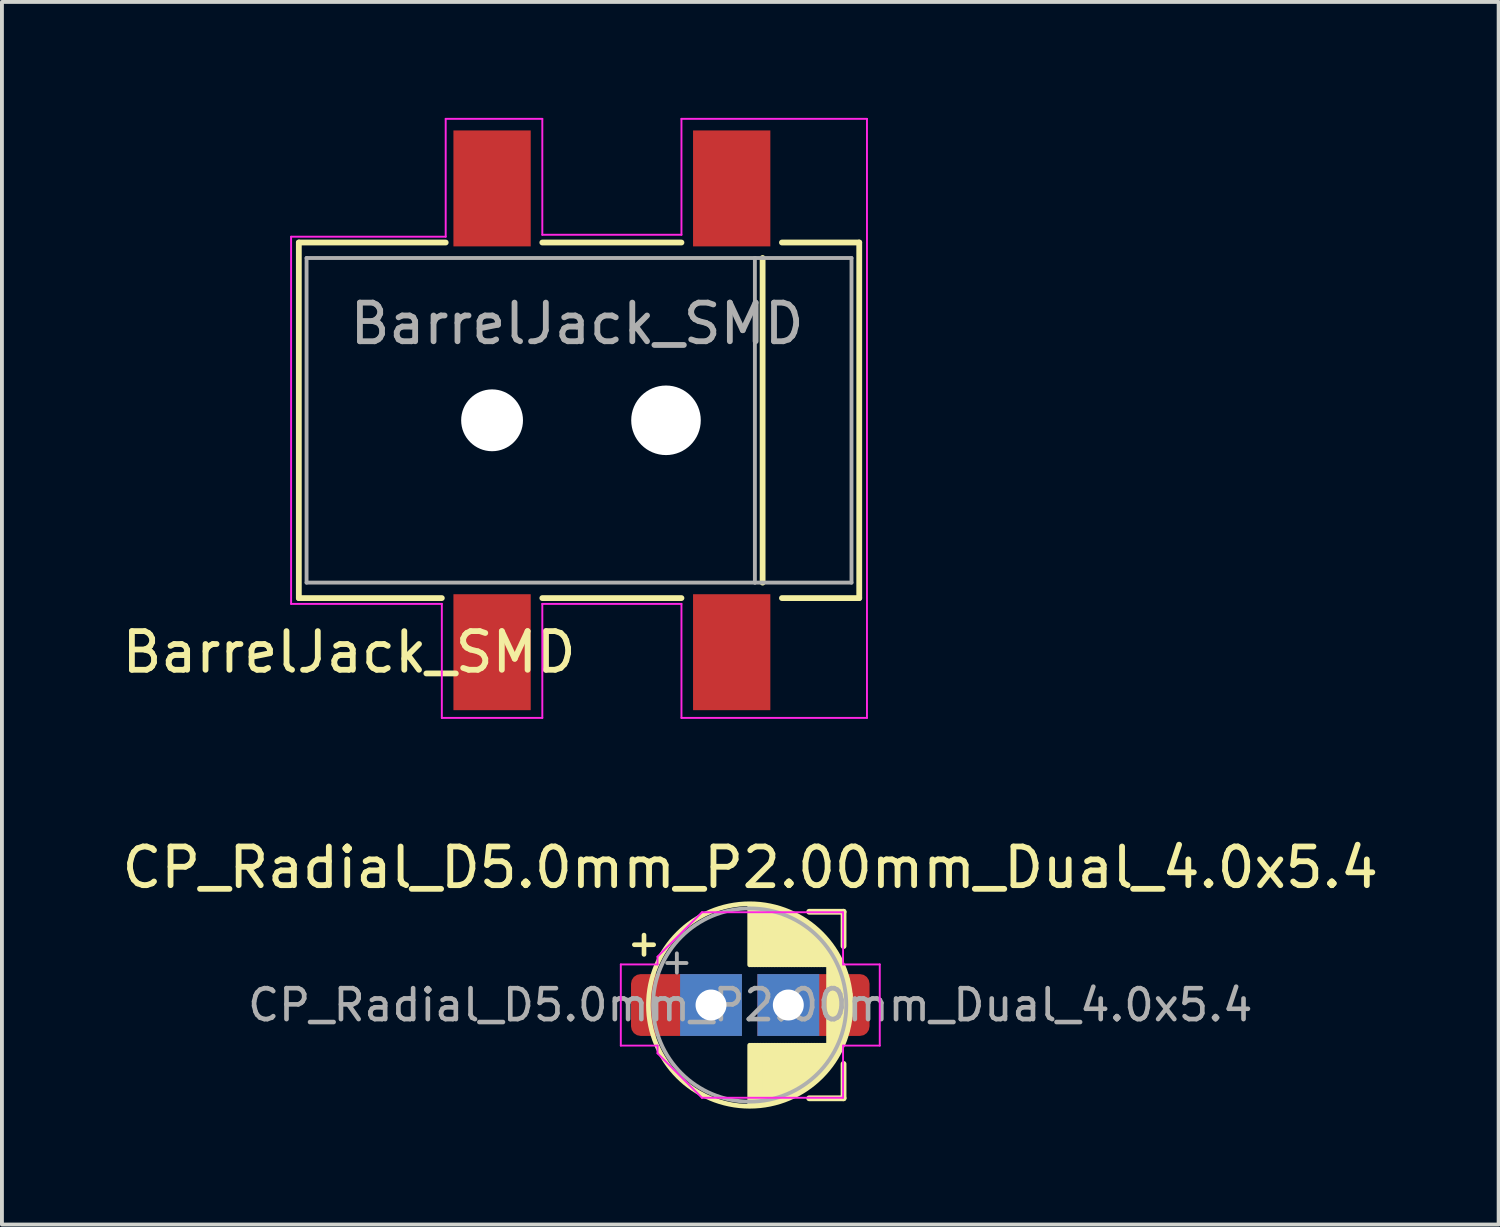
<source format=kicad_pcb>
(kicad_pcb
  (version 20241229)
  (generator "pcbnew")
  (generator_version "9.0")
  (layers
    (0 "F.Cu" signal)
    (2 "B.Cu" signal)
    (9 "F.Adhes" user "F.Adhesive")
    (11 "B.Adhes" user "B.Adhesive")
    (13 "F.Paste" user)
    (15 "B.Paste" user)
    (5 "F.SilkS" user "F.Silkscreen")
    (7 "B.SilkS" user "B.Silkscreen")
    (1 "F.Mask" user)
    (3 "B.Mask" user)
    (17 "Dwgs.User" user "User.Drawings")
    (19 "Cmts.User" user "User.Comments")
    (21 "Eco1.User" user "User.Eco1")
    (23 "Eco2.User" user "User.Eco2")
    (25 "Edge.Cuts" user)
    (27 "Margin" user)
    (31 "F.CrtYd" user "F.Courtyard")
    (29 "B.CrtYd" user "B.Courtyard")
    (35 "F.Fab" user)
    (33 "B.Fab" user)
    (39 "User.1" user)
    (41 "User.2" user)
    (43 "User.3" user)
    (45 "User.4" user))
  (footprint "BarrelJack_SMD"
    (layer "F.Cu")
    (at 4.682 7.825)
    (property "Reference" "BarrelJack_SMD" (at 1.3 6 0) (layer "F.SilkS") (effects (font (size 1 1) (thickness 0.15))))
    (attr through_hole)
    (fp_line (start 0 -4.6) (end 0 4.6) (stroke (width 0.15) (type solid)) (layer "F.SilkS"))
    (fp_line (start 0 4.6) (end 3.7 4.6) (stroke (width 0.15) (type solid)) (layer "F.SilkS"))
    (fp_line (start 3.8 -4.6) (end 0 -4.6) (stroke (width 0.15) (type solid)) (layer "F.SilkS"))
    (fp_line (start 6.3 4.6) (end 9.9 4.6) (stroke (width 0.15) (type solid)) (layer "F.SilkS"))
    (fp_line (start 9.9 -4.6) (end 6.3 -4.6) (stroke (width 0.15) (type solid)) (layer "F.SilkS"))
    (fp_line (start 12 4.2) (end 12 -4.2) (stroke (width 0.15) (type solid)) (layer "F.SilkS"))
    (fp_line (start 12.5 -4.6) (end 14.5 -4.6) (stroke (width 0.15) (type solid)) (layer "F.SilkS"))
    (fp_line (start 14.5 -4.6) (end 14.5 4.6) (stroke (width 0.15) (type solid)) (layer "F.SilkS"))
    (fp_line (start 14.5 4.6) (end 12.5 4.6) (stroke (width 0.15) (type solid)) (layer "F.SilkS"))
    (fp_line (start -0.2 -4.75) (end -0.2 4.75) (stroke (width 0.05) (type solid)) (layer "F.CrtYd"))
    (fp_line (start 3.7 4.75) (end -0.2 4.75) (stroke (width 0.05) (type solid)) (layer "F.CrtYd"))
    (fp_line (start 3.7 4.75) (end 3.7 7.7) (stroke (width 0.05) (type solid)) (layer "F.CrtYd"))
    (fp_line (start 3.7 7.7) (end 6.3 7.7) (stroke (width 0.05) (type solid)) (layer "F.CrtYd"))
    (fp_line (start 3.8 -7.8) (end 3.8 -4.75) (stroke (width 0.05) (type solid)) (layer "F.CrtYd"))
    (fp_line (start 3.8 -4.75) (end -0.2 -4.75) (stroke (width 0.05) (type solid)) (layer "F.CrtYd"))
    (fp_line (start 6.3 -7.8) (end 3.8 -7.8) (stroke (width 0.05) (type solid)) (layer "F.CrtYd"))
    (fp_line (start 6.3 -4.8) (end 6.3 -7.8) (stroke (width 0.05) (type solid)) (layer "F.CrtYd"))
    (fp_line (start 6.3 4.75) (end 9.9 4.75) (stroke (width 0.05) (type solid)) (layer "F.CrtYd"))
    (fp_line (start 6.3 7.7) (end 6.3 4.75) (stroke (width 0.05) (type solid)) (layer "F.CrtYd"))
    (fp_line (start 9.9 -7.8) (end 9.9 -4.8) (stroke (width 0.05) (type solid)) (layer "F.CrtYd"))
    (fp_line (start 9.9 -4.8) (end 6.3 -4.8) (stroke (width 0.05) (type solid)) (layer "F.CrtYd"))
    (fp_line (start 9.9 4.75) (end 9.9 7.7) (stroke (width 0.05) (type solid)) (layer "F.CrtYd"))
    (fp_line (start 9.9 7.7) (end 14.7 7.7) (stroke (width 0.05) (type solid)) (layer "F.CrtYd"))
    (fp_line (start 14.7 -7.8) (end 9.9 -7.8) (stroke (width 0.05) (type solid)) (layer "F.CrtYd"))
    (fp_line (start 14.7 7.7) (end 14.7 -7.8) (stroke (width 0.05) (type solid)) (layer "F.CrtYd"))
    (fp_line (start 0.2 -4.2) (end 11.8 -4.2) (stroke (width 0.1) (type solid)) (layer "F.Fab"))
    (fp_line (start 0.2 4.2) (end 0.2 -4.2) (stroke (width 0.1) (type solid)) (layer "F.Fab"))
    (fp_line (start 0.2 4.2) (end 11.8 4.2) (stroke (width 0.1) (type solid)) (layer "F.Fab"))
    (fp_line (start 11.8 -4.2) (end 14.3 -4.2) (stroke (width 0.1) (type solid)) (layer "F.Fab"))
    (fp_line (start 11.8 4.2) (end 11.8 -4.2) (stroke (width 0.1) (type solid)) (layer "F.Fab"))
    (fp_line (start 14.3 -4.2) (end 14.3 4.2) (stroke (width 0.1) (type solid)) (layer "F.Fab"))
    (fp_line (start 14.3 4.2) (end 11.8 4.2) (stroke (width 0.1) (type solid)) (layer "F.Fab"))
    (fp_text user "${REFERENCE}" (at 7.2 -2.5 0) (layer "F.Fab") (effects (font (size 1 1) (thickness 0.15))))
    (pad "" np_thru_hole circle (at 5 0 270) (size 1.6 1.6) (drill 1.6) (layers "*.Cu" "*.Mask"))
    (pad "" np_thru_hole circle (at 9.5 0 270) (size 1.8 1.8) (drill 1.8) (layers "*.Cu" "*.Mask"))
    (pad "1" smd rect (at 5 -6 270) (size 3 2) (layers "F.Cu" "F.Mask" "F.Paste"))
    (pad "1" smd rect (at 11.2 -6 270) (size 3 2) (layers "F.Cu" "F.Mask" "F.Paste"))
    (pad "2" smd rect (at 5 6 270) (size 3 2) (layers "F.Cu" "F.Mask" "F.Paste"))
    (pad "3" smd rect (at 11.2 6 270) (size 3 2) (layers "F.Cu" "F.Mask" "F.Paste")))
  (footprint "CP_Radial_D5.0mm_P2.00mm_Dual_4.0x5.4"
    (layer "F.Cu")
    (at 15.347 22.954)
    (property "Reference" "CP_Radial_D5.0mm_P2.00mm_Dual_4.0x5.4" (at 1.016 -3.556 0) (layer "F.SilkS") (effects (font (size 1 1) (thickness 0.15))))
    (attr through_hole)
    (fp_line (start -1.984 -1.56) (end -1.484 -1.56) (stroke (width 0.12) (type solid)) (layer "F.SilkS"))
    (fp_line (start -1.734 -1.81) (end -1.734 -1.31) (stroke (width 0.12) (type solid)) (layer "F.SilkS"))
    (fp_line (start 1 -2.58) (end 1 -1.04) (stroke (width 0.12) (type solid)) (layer "F.SilkS"))
    (fp_line (start 1 1.04) (end 1 2.58) (stroke (width 0.12) (type solid)) (layer "F.SilkS"))
    (fp_line (start 1.04 -2.58) (end 1.04 -1.04) (stroke (width 0.12) (type solid)) (layer "F.SilkS"))
    (fp_line (start 1.04 1.04) (end 1.04 2.58) (stroke (width 0.12) (type solid)) (layer "F.SilkS"))
    (fp_line (start 1.08 -2.579) (end 1.08 -1.04) (stroke (width 0.12) (type solid)) (layer "F.SilkS"))
    (fp_line (start 1.08 1.04) (end 1.08 2.579) (stroke (width 0.12) (type solid)) (layer "F.SilkS"))
    (fp_line (start 1.12 -2.578) (end 1.12 -1.04) (stroke (width 0.12) (type solid)) (layer "F.SilkS"))
    (fp_line (start 1.12 1.04) (end 1.12 2.578) (stroke (width 0.12) (type solid)) (layer "F.SilkS"))
    (fp_line (start 1.16 -2.576) (end 1.16 -1.04) (stroke (width 0.12) (type solid)) (layer "F.SilkS"))
    (fp_line (start 1.16 1.04) (end 1.16 2.576) (stroke (width 0.12) (type solid)) (layer "F.SilkS"))
    (fp_line (start 1.2 -2.573) (end 1.2 -1.04) (stroke (width 0.12) (type solid)) (layer "F.SilkS"))
    (fp_line (start 1.2 1.04) (end 1.2 2.573) (stroke (width 0.12) (type solid)) (layer "F.SilkS"))
    (fp_line (start 1.24 -2.569) (end 1.24 -1.04) (stroke (width 0.12) (type solid)) (layer "F.SilkS"))
    (fp_line (start 1.24 1.04) (end 1.24 2.569) (stroke (width 0.12) (type solid)) (layer "F.SilkS"))
    (fp_line (start 1.28 -2.565) (end 1.28 -1.04) (stroke (width 0.12) (type solid)) (layer "F.SilkS"))
    (fp_line (start 1.28 1.04) (end 1.28 2.565) (stroke (width 0.12) (type solid)) (layer "F.SilkS"))
    (fp_line (start 1.32 -2.561) (end 1.32 -1.04) (stroke (width 0.12) (type solid)) (layer "F.SilkS"))
    (fp_line (start 1.32 1.04) (end 1.32 2.561) (stroke (width 0.12) (type solid)) (layer "F.SilkS"))
    (fp_line (start 1.36 -2.556) (end 1.36 -1.04) (stroke (width 0.12) (type solid)) (layer "F.SilkS"))
    (fp_line (start 1.36 1.04) (end 1.36 2.556) (stroke (width 0.12) (type solid)) (layer "F.SilkS"))
    (fp_line (start 1.4 -2.55) (end 1.4 -1.04) (stroke (width 0.12) (type solid)) (layer "F.SilkS"))
    (fp_line (start 1.4 1.04) (end 1.4 2.55) (stroke (width 0.12) (type solid)) (layer "F.SilkS"))
    (fp_line (start 1.44 -2.543) (end 1.44 -1.04) (stroke (width 0.12) (type solid)) (layer "F.SilkS"))
    (fp_line (start 1.44 1.04) (end 1.44 2.543) (stroke (width 0.12) (type solid)) (layer "F.SilkS"))
    (fp_line (start 1.48 -2.536) (end 1.48 -1.04) (stroke (width 0.12) (type solid)) (layer "F.SilkS"))
    (fp_line (start 1.48 1.04) (end 1.48 2.536) (stroke (width 0.12) (type solid)) (layer "F.SilkS"))
    (fp_line (start 1.52 -2.528) (end 1.52 -1.04) (stroke (width 0.12) (type solid)) (layer "F.SilkS"))
    (fp_line (start 1.52 1.04) (end 1.52 2.528) (stroke (width 0.12) (type solid)) (layer "F.SilkS"))
    (fp_line (start 1.56 -2.52) (end 1.56 -1.04) (stroke (width 0.12) (type solid)) (layer "F.SilkS"))
    (fp_line (start 1.56 1.04) (end 1.56 2.52) (stroke (width 0.12) (type solid)) (layer "F.SilkS"))
    (fp_line (start 1.6 -2.511) (end 1.6 -1.04) (stroke (width 0.12) (type solid)) (layer "F.SilkS"))
    (fp_line (start 1.6 1.04) (end 1.6 2.511) (stroke (width 0.12) (type solid)) (layer "F.SilkS"))
    (fp_line (start 1.64 -2.501) (end 1.64 -1.04) (stroke (width 0.12) (type solid)) (layer "F.SilkS"))
    (fp_line (start 1.64 1.04) (end 1.64 2.501) (stroke (width 0.12) (type solid)) (layer "F.SilkS"))
    (fp_line (start 1.68 -2.491) (end 1.68 -1.04) (stroke (width 0.12) (type solid)) (layer "F.SilkS"))
    (fp_line (start 1.68 1.04) (end 1.68 2.491) (stroke (width 0.12) (type solid)) (layer "F.SilkS"))
    (fp_line (start 1.721 -2.48) (end 1.721 -1.04) (stroke (width 0.12) (type solid)) (layer "F.SilkS"))
    (fp_line (start 1.721 1.04) (end 1.721 2.48) (stroke (width 0.12) (type solid)) (layer "F.SilkS"))
    (fp_line (start 1.761 -2.468) (end 1.761 -1.04) (stroke (width 0.12) (type solid)) (layer "F.SilkS"))
    (fp_line (start 1.761 1.04) (end 1.761 2.468) (stroke (width 0.12) (type solid)) (layer "F.SilkS"))
    (fp_line (start 1.801 -2.455) (end 1.801 -1.04) (stroke (width 0.12) (type solid)) (layer "F.SilkS"))
    (fp_line (start 1.801 1.04) (end 1.801 2.455) (stroke (width 0.12) (type solid)) (layer "F.SilkS"))
    (fp_line (start 1.841 -2.442) (end 1.841 -1.04) (stroke (width 0.12) (type solid)) (layer "F.SilkS"))
    (fp_line (start 1.841 1.04) (end 1.841 2.442) (stroke (width 0.12) (type solid)) (layer "F.SilkS"))
    (fp_line (start 1.881 -2.428) (end 1.881 -1.04) (stroke (width 0.12) (type solid)) (layer "F.SilkS"))
    (fp_line (start 1.881 1.04) (end 1.881 2.428) (stroke (width 0.12) (type solid)) (layer "F.SilkS"))
    (fp_line (start 1.921 -2.414) (end 1.921 -1.04) (stroke (width 0.12) (type solid)) (layer "F.SilkS"))
    (fp_line (start 1.921 1.04) (end 1.921 2.414) (stroke (width 0.12) (type solid)) (layer "F.SilkS"))
    (fp_line (start 1.961 -2.398) (end 1.961 -1.04) (stroke (width 0.12) (type solid)) (layer "F.SilkS"))
    (fp_line (start 1.961 1.04) (end 1.961 2.398) (stroke (width 0.12) (type solid)) (layer "F.SilkS"))
    (fp_line (start 2.001 -2.382) (end 2.001 -1.04) (stroke (width 0.12) (type solid)) (layer "F.SilkS"))
    (fp_line (start 2.001 1.04) (end 2.001 2.382) (stroke (width 0.12) (type solid)) (layer "F.SilkS"))
    (fp_line (start 2.041 -2.365) (end 2.041 -1.04) (stroke (width 0.12) (type solid)) (layer "F.SilkS"))
    (fp_line (start 2.041 1.04) (end 2.041 2.365) (stroke (width 0.12) (type solid)) (layer "F.SilkS"))
    (fp_line (start 2.081 -2.348) (end 2.081 -1.04) (stroke (width 0.12) (type solid)) (layer "F.SilkS"))
    (fp_line (start 2.081 1.04) (end 2.081 2.348) (stroke (width 0.12) (type solid)) (layer "F.SilkS"))
    (fp_line (start 2.121 -2.329) (end 2.121 -1.04) (stroke (width 0.12) (type solid)) (layer "F.SilkS"))
    (fp_line (start 2.121 1.04) (end 2.121 2.329) (stroke (width 0.12) (type solid)) (layer "F.SilkS"))
    (fp_line (start 2.161 -2.31) (end 2.161 -1.04) (stroke (width 0.12) (type solid)) (layer "F.SilkS"))
    (fp_line (start 2.161 1.04) (end 2.161 2.31) (stroke (width 0.12) (type solid)) (layer "F.SilkS"))
    (fp_line (start 2.201 -2.29) (end 2.201 -1.04) (stroke (width 0.12) (type solid)) (layer "F.SilkS"))
    (fp_line (start 2.201 1.04) (end 2.201 2.29) (stroke (width 0.12) (type solid)) (layer "F.SilkS"))
    (fp_line (start 2.241 -2.268) (end 2.241 -1.04) (stroke (width 0.12) (type solid)) (layer "F.SilkS"))
    (fp_line (start 2.241 1.04) (end 2.241 2.268) (stroke (width 0.12) (type solid)) (layer "F.SilkS"))
    (fp_line (start 2.281 -2.247) (end 2.281 -1.04) (stroke (width 0.12) (type solid)) (layer "F.SilkS"))
    (fp_line (start 2.281 1.04) (end 2.281 2.247) (stroke (width 0.12) (type solid)) (layer "F.SilkS"))
    (fp_line (start 2.321 -2.224) (end 2.321 -1.04) (stroke (width 0.12) (type solid)) (layer "F.SilkS"))
    (fp_line (start 2.321 1.04) (end 2.321 2.224) (stroke (width 0.12) (type solid)) (layer "F.SilkS"))
    (fp_line (start 2.361 -2.2) (end 2.361 -1.04) (stroke (width 0.12) (type solid)) (layer "F.SilkS"))
    (fp_line (start 2.361 1.04) (end 2.361 2.2) (stroke (width 0.12) (type solid)) (layer "F.SilkS"))
    (fp_line (start 2.401 -2.175) (end 2.401 -1.04) (stroke (width 0.12) (type solid)) (layer "F.SilkS"))
    (fp_line (start 2.401 1.04) (end 2.401 2.175) (stroke (width 0.12) (type solid)) (layer "F.SilkS"))
    (fp_line (start 2.441 -2.149) (end 2.441 -1.04) (stroke (width 0.12) (type solid)) (layer "F.SilkS"))
    (fp_line (start 2.441 1.04) (end 2.441 2.149) (stroke (width 0.12) (type solid)) (layer "F.SilkS"))
    (fp_line (start 2.481 -2.122) (end 2.481 -1.04) (stroke (width 0.12) (type solid)) (layer "F.SilkS"))
    (fp_line (start 2.481 1.04) (end 2.481 2.122) (stroke (width 0.12) (type solid)) (layer "F.SilkS"))
    (fp_line (start 2.521 -2.095) (end 2.521 -1.04) (stroke (width 0.12) (type solid)) (layer "F.SilkS"))
    (fp_line (start 2.521 1.04) (end 2.521 2.095) (stroke (width 0.12) (type solid)) (layer "F.SilkS"))
    (fp_line (start 2.54 -2.413) (end 3.429 -2.413) (stroke (width 0.15) (type solid)) (layer "F.SilkS"))
    (fp_line (start 2.561 -2.065) (end 2.561 -1.04) (stroke (width 0.12) (type solid)) (layer "F.SilkS"))
    (fp_line (start 2.561 1.04) (end 2.561 2.065) (stroke (width 0.12) (type solid)) (layer "F.SilkS"))
    (fp_line (start 2.601 -2.035) (end 2.601 -1.04) (stroke (width 0.12) (type solid)) (layer "F.SilkS"))
    (fp_line (start 2.601 1.04) (end 2.601 2.035) (stroke (width 0.12) (type solid)) (layer "F.SilkS"))
    (fp_line (start 2.641 -2.004) (end 2.641 -1.04) (stroke (width 0.12) (type solid)) (layer "F.SilkS"))
    (fp_line (start 2.641 1.04) (end 2.641 2.004) (stroke (width 0.12) (type solid)) (layer "F.SilkS"))
    (fp_line (start 2.681 -1.971) (end 2.681 -1.04) (stroke (width 0.12) (type solid)) (layer "F.SilkS"))
    (fp_line (start 2.681 1.04) (end 2.681 1.971) (stroke (width 0.12) (type solid)) (layer "F.SilkS"))
    (fp_line (start 2.721 -1.937) (end 2.721 -1.04) (stroke (width 0.12) (type solid)) (layer "F.SilkS"))
    (fp_line (start 2.721 1.04) (end 2.721 1.937) (stroke (width 0.12) (type solid)) (layer "F.SilkS"))
    (fp_line (start 2.761 -1.901) (end 2.761 -1.04) (stroke (width 0.12) (type solid)) (layer "F.SilkS"))
    (fp_line (start 2.761 1.04) (end 2.761 1.901) (stroke (width 0.12) (type solid)) (layer "F.SilkS"))
    (fp_line (start 2.801 -1.864) (end 2.801 -1.04) (stroke (width 0.12) (type solid)) (layer "F.SilkS"))
    (fp_line (start 2.801 1.04) (end 2.801 1.864) (stroke (width 0.12) (type solid)) (layer "F.SilkS"))
    (fp_line (start 2.841 -1.826) (end 2.841 -1.04) (stroke (width 0.12) (type solid)) (layer "F.SilkS"))
    (fp_line (start 2.841 1.04) (end 2.841 1.826) (stroke (width 0.12) (type solid)) (layer "F.SilkS"))
    (fp_line (start 2.881 -1.785) (end 2.881 -1.04) (stroke (width 0.12) (type solid)) (layer "F.SilkS"))
    (fp_line (start 2.881 1.04) (end 2.881 1.785) (stroke (width 0.12) (type solid)) (layer "F.SilkS"))
    (fp_line (start 2.921 -1.743) (end 2.921 -1.04) (stroke (width 0.12) (type solid)) (layer "F.SilkS"))
    (fp_line (start 2.921 1.04) (end 2.921 1.743) (stroke (width 0.12) (type solid)) (layer "F.SilkS"))
    (fp_line (start 2.961 -1.699) (end 2.961 -1.04) (stroke (width 0.12) (type solid)) (layer "F.SilkS"))
    (fp_line (start 2.961 1.04) (end 2.961 1.699) (stroke (width 0.12) (type solid)) (layer "F.SilkS"))
    (fp_line (start 3.001 -1.653) (end 3.001 -1.04) (stroke (width 0.12) (type solid)) (layer "F.SilkS"))
    (fp_line (start 3.001 1.04) (end 3.001 1.653) (stroke (width 0.12) (type solid)) (layer "F.SilkS"))
    (fp_line (start 3.041 -1.605) (end 3.041 1.605) (stroke (width 0.12) (type solid)) (layer "F.SilkS"))
    (fp_line (start 3.081 -1.554) (end 3.081 1.554) (stroke (width 0.12) (type solid)) (layer "F.SilkS"))
    (fp_line (start 3.121 -1.5) (end 3.121 1.5) (stroke (width 0.12) (type solid)) (layer "F.SilkS"))
    (fp_line (start 3.161 -1.443) (end 3.161 1.443) (stroke (width 0.12) (type solid)) (layer "F.SilkS"))
    (fp_line (start 3.201 -1.383) (end 3.201 1.383) (stroke (width 0.12) (type solid)) (layer "F.SilkS"))
    (fp_line (start 3.241 -1.319) (end 3.241 1.319) (stroke (width 0.12) (type solid)) (layer "F.SilkS"))
    (fp_line (start 3.281 -1.251) (end 3.281 1.251) (stroke (width 0.12) (type solid)) (layer "F.SilkS"))
    (fp_line (start 3.321 -1.178) (end 3.321 1.178) (stroke (width 0.12) (type solid)) (layer "F.SilkS"))
    (fp_line (start 3.361 -1.098) (end 3.361 1.098) (stroke (width 0.12) (type solid)) (layer "F.SilkS"))
    (fp_line (start 3.401 -1.011) (end 3.401 1.011) (stroke (width 0.12) (type solid)) (layer "F.SilkS"))
    (fp_line (start 3.429 -2.413) (end 3.429 -1.524) (stroke (width 0.15) (type solid)) (layer "F.SilkS"))
    (fp_line (start 3.429 1.524) (end 3.429 2.413) (stroke (width 0.15) (type solid)) (layer "F.SilkS"))
    (fp_line (start 3.429 2.413) (end 2.54 2.413) (stroke (width 0.15) (type solid)) (layer "F.SilkS"))
    (fp_line (start 3.441 -0.915) (end 3.441 0.915) (stroke (width 0.12) (type solid)) (layer "F.SilkS"))
    (fp_line (start 3.481 -0.805) (end 3.481 0.805) (stroke (width 0.12) (type solid)) (layer "F.SilkS"))
    (fp_line (start 3.521 -0.677) (end 3.521 0.677) (stroke (width 0.12) (type solid)) (layer "F.SilkS"))
    (fp_line (start 3.561 -0.518) (end 3.561 0.518) (stroke (width 0.12) (type solid)) (layer "F.SilkS"))
    (fp_line (start 3.601 -0.284) (end 3.601 0.284) (stroke (width 0.12) (type solid)) (layer "F.SilkS"))
    (fp_circle (center 1 0) (end 3.62 0) (stroke (width 0.12) (type solid)) (fill no) (layer "F.SilkS"))
    (fp_line (start -2.334 -1.05) (end -2.334 1.05) (stroke (width 0.05) (type solid)) (layer "F.CrtYd"))
    (fp_line (start -2.334 1.05) (end -1.384 1.05) (stroke (width 0.05) (type solid)) (layer "F.CrtYd"))
    (fp_line (start -1.384 -1.25) (end -1.384 -1.05) (stroke (width 0.05) (type solid)) (layer "F.CrtYd"))
    (fp_line (start -1.384 -1.25) (end -0.234 -2.4) (stroke (width 0.05) (type solid)) (layer "F.CrtYd"))
    (fp_line (start -1.384 -1.05) (end -2.334 -1.05) (stroke (width 0.05) (type solid)) (layer "F.CrtYd"))
    (fp_line (start -1.384 1.05) (end -1.384 1.25) (stroke (width 0.05) (type solid)) (layer "F.CrtYd"))
    (fp_line (start -1.384 1.25) (end -0.234 2.4) (stroke (width 0.05) (type solid)) (layer "F.CrtYd"))
    (fp_line (start -0.234 -2.4) (end 3.416 -2.4) (stroke (width 0.05) (type solid)) (layer "F.CrtYd"))
    (fp_line (start -0.234 2.4) (end 3.416 2.4) (stroke (width 0.05) (type solid)) (layer "F.CrtYd"))
    (fp_line (start 3.416 -2.4) (end 3.416 -1.05) (stroke (width 0.05) (type solid)) (layer "F.CrtYd"))
    (fp_line (start 3.416 -1.05) (end 4.366 -1.05) (stroke (width 0.05) (type solid)) (layer "F.CrtYd"))
    (fp_line (start 3.416 1.05) (end 3.416 2.4) (stroke (width 0.05) (type solid)) (layer "F.CrtYd"))
    (fp_line (start 4.366 -1.05) (end 4.366 1.05) (stroke (width 0.05) (type solid)) (layer "F.CrtYd"))
    (fp_line (start 4.366 1.05) (end 3.416 1.05) (stroke (width 0.05) (type solid)) (layer "F.CrtYd"))
    (fp_line (start -1.134 -1.087) (end -0.634 -1.087) (stroke (width 0.1) (type solid)) (layer "F.Fab"))
    (fp_line (start -0.884 -1.337) (end -0.884 -0.838) (stroke (width 0.1) (type solid)) (layer "F.Fab"))
    (fp_circle (center 1 0) (end 3.5 0) (stroke (width 0.1) (type solid)) (fill no) (layer "F.Fab"))
    (fp_text user "${REFERENCE}" (at 1.016 0 0) (layer "F.Fab") (effects (font (size 0.8 0.8) (thickness 0.12))))
    (pad "1" smd roundrect (at -1.27 0) (size 1.6 1.6) (layers "F.Cu" "F.Mask" "F.Paste") (roundrect_rratio 0.156))
    (pad "1" thru_hole rect (at 0 0) (size 1.6 1.6) (drill 0.8) (layers "*.Cu" "*.Mask"))
    (pad "2" thru_hole rect (at 2 0) (size 1.6 1.6) (drill 0.8) (layers "*.Cu" "*.Mask"))
    (pad "2" smd roundrect (at 3.302 0) (size 1.6 1.6) (layers "F.Cu" "F.Mask" "F.Paste") (roundrect_rratio 0.156)))
  (gr_rect
    (start -3 -3)
    (end 35.726 28.634)
    (stroke (width 0.1) (type default))
    (fill no)
    (layer "Edge.Cuts")))
</source>
